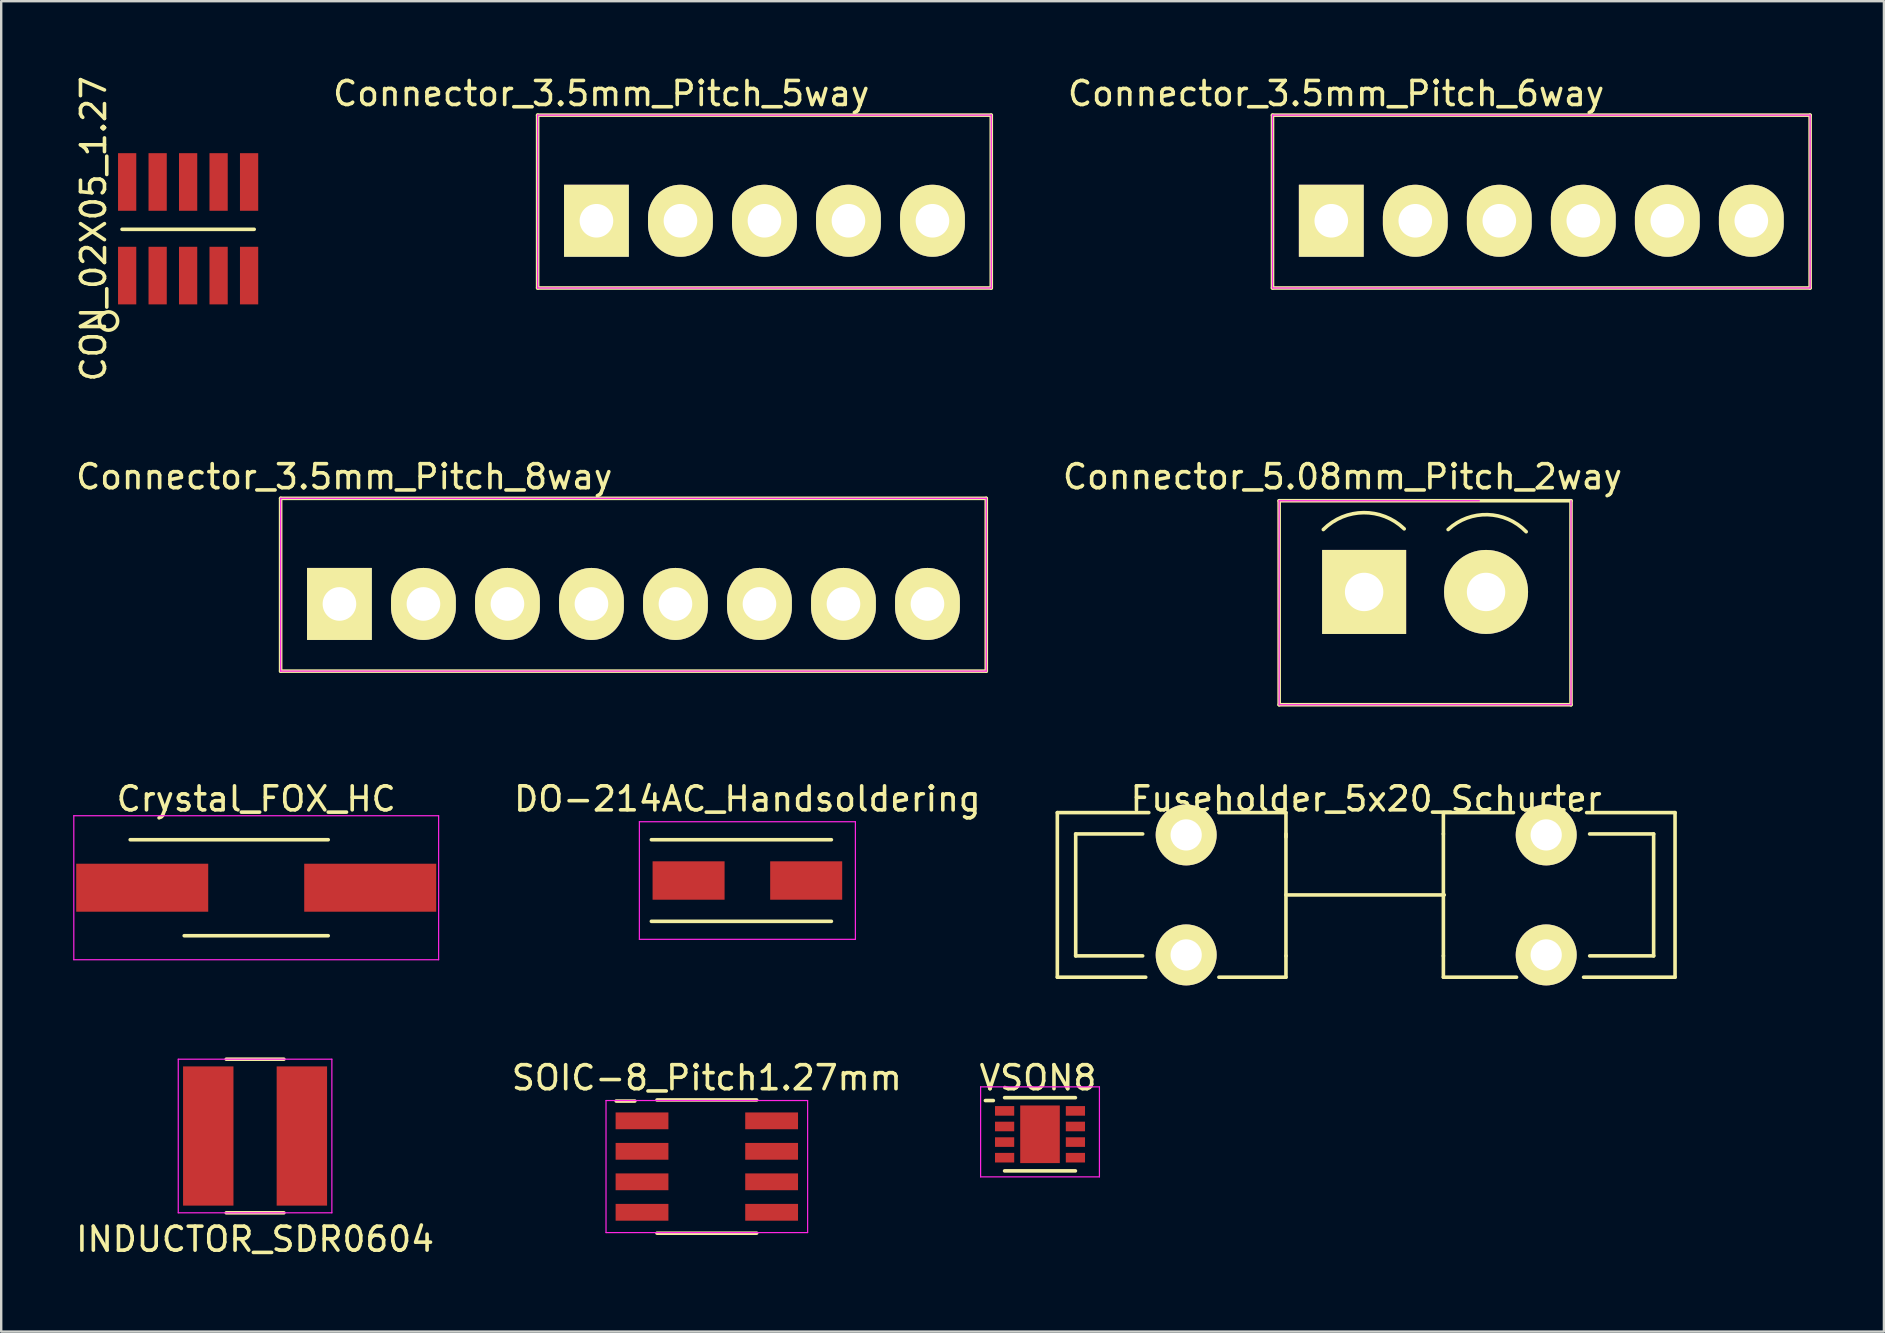
<source format=kicad_pcb>
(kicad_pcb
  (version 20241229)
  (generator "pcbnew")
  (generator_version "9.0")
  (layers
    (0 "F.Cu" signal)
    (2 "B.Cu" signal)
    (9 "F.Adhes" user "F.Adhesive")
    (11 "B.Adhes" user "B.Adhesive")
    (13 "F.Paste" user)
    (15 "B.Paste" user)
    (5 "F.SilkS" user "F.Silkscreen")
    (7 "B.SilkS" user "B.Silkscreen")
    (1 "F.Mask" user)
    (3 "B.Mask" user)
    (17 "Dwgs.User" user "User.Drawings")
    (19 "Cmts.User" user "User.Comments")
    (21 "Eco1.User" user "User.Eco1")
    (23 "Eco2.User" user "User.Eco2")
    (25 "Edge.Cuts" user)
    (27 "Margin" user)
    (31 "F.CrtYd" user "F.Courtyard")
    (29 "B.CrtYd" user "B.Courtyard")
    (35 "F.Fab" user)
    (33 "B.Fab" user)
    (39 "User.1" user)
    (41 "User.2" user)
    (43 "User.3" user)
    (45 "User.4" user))
  (footprint "Crystal_FOX_HC"
    (layer "F.Cu")
    (at 7.625 33.936)
    (property "Reference" "Crystal_FOX_HC" (at 0 -3.7 0) (layer "F.SilkS") (effects (font (size 1 1) (thickness 0.15))))
    (attr smd)
    (fp_line (start -5.25 -2) (end 3 -2) (stroke (width 0.15) (type solid)) (layer "F.SilkS"))
    (fp_line (start 3 2) (end -3 2) (stroke (width 0.15) (type solid)) (layer "F.SilkS"))
    (fp_line (start -7.6 -3) (end -7.6 3) (stroke (width 0.05) (type solid)) (layer "F.CrtYd"))
    (fp_line (start -7.6 3) (end 7.6 3) (stroke (width 0.05) (type solid)) (layer "F.CrtYd"))
    (fp_line (start 7.6 -3) (end -7.6 -3) (stroke (width 0.05) (type solid)) (layer "F.CrtYd"))
    (fp_line (start 7.6 3) (end 7.6 -3) (stroke (width 0.05) (type solid)) (layer "F.CrtYd"))
    (pad "1" smd rect (at -4.75 0) (size 5.5 2) (layers "F.Cu" "F.Mask" "F.Paste"))
    (pad "2" smd rect (at 4.75 0) (size 5.5 2) (layers "F.Cu" "F.Mask" "F.Paste")))
  (footprint "Connector_5.08mm_Pitch_2way"
    (layer "F.Cu")
    (at 53.785 21.613)
    (property "Reference" "Connector_5.08mm_Pitch_2way" (at -0.9 -4.8 0) (layer "F.SilkS") (effects (font (size 1 1) (thickness 0.15))))
    (attr through_hole)
    (fp_line (start -3.54 -3.8) (end -3.54 4.7) (stroke (width 0.15) (type solid)) (layer "F.SilkS"))
    (fp_line (start -3.54 4.7) (end 8.62 4.7) (stroke (width 0.15) (type solid)) (layer "F.SilkS"))
    (fp_line (start 8.62 -3.8) (end -3.54 -3.8) (stroke (width 0.15) (type solid)) (layer "F.SilkS"))
    (fp_line (start 8.62 4.7) (end 8.62 -3.8) (stroke (width 0.15) (type solid)) (layer "F.SilkS"))
    (fp_arc (start -1.7 -2.6) (mid -0.02098 -3.304072) (end 1.670072 -2.62941) (stroke (width 0.15) (type solid)) (layer "F.SilkS"))
    (fp_arc (start 3.5 -2.6) (mid 5.14461 -3.219962) (end 6.752166 -2.509428) (stroke (width 0.15) (type solid)) (layer "F.SilkS"))
    (fp_line (start -3.54 -3.8) (end -3.54 4.7) (stroke (width 0.05) (type solid)) (layer "F.CrtYd"))
    (fp_line (start 4.8 -3.8) (end -3.54 -3.8) (stroke (width 0.05) (type solid)) (layer "F.CrtYd"))
    (fp_line (start 8.62 -3.8) (end 8.62 4.7) (stroke (width 0.05) (type solid)) (layer "F.CrtYd"))
    (fp_line (start 8.62 4.7) (end -3.54 4.7) (stroke (width 0.05) (type solid)) (layer "F.CrtYd"))
    (pad "1" thru_hole rect (at 0 0) (size 3.5 3.5) (drill 1.6) (layers "*.Cu" "*.Mask" "F.SilkS"))
    (pad "2" thru_hole circle (at 5.08 0) (size 3.5 3.5) (drill 1.6) (layers "*.Cu" "*.Mask" "F.SilkS")))
  (footprint "Fuseholder_5x20_Schurter"
    (layer "F.Cu")
    (at 53.871 34.236)
    (property "Reference" "Fuseholder_5x20_Schurter" (at 0 -4 0) (layer "F.SilkS") (effects (font (size 1 1) (thickness 0.15))))
    (attr through_hole)
    (fp_line (start -12.868 -3.429) (end -12.868 3.429) (stroke (width 0.15) (type solid)) (layer "F.SilkS"))
    (fp_line (start -12.868 -3.429) (end -9.058 -3.429) (stroke (width 0.15) (type solid)) (layer "F.SilkS"))
    (fp_line (start -12.868 3.429) (end -9.185 3.429) (stroke (width 0.15) (type solid)) (layer "F.SilkS"))
    (fp_line (start -12.106 -2.54) (end -9.312 -2.54) (stroke (width 0.15) (type solid)) (layer "F.SilkS"))
    (fp_line (start -12.106 2.54) (end -9.312 2.54) (stroke (width 0.15) (type solid)) (layer "F.SilkS"))
    (fp_line (start -12.103 -2.54) (end -12.103 2.54) (stroke (width 0.15) (type solid)) (layer "F.SilkS"))
    (fp_line (start -3.343 -3.429) (end -6.137 -3.429) (stroke (width 0.15) (type solid)) (layer "F.SilkS"))
    (fp_line (start -3.343 -3.429) (end -3.343 -2.413) (stroke (width 0.15) (type solid)) (layer "F.SilkS"))
    (fp_line (start -3.343 0) (end -3.343 -2.54) (stroke (width 0.15) (type solid)) (layer "F.SilkS"))
    (fp_line (start -3.343 2.54) (end -3.343 0) (stroke (width 0.15) (type solid)) (layer "F.SilkS"))
    (fp_line (start -3.343 3.429) (end -6.137 3.429) (stroke (width 0.15) (type solid)) (layer "F.SilkS"))
    (fp_line (start -3.343 3.429) (end -3.343 2.54) (stroke (width 0.15) (type solid)) (layer "F.SilkS"))
    (fp_line (start 3.216 -3.429) (end 3.216 -2.54) (stroke (width 0.15) (type solid)) (layer "F.SilkS"))
    (fp_line (start 3.216 -3.429) (end 6.137 -3.429) (stroke (width 0.15) (type solid)) (layer "F.SilkS"))
    (fp_line (start 3.216 0) (end 3.216 -2.54) (stroke (width 0.15) (type solid)) (layer "F.SilkS"))
    (fp_line (start 3.216 2.54) (end 3.216 0) (stroke (width 0.15) (type solid)) (layer "F.SilkS"))
    (fp_line (start 3.216 3.429) (end 3.216 2.54) (stroke (width 0.15) (type solid)) (layer "F.SilkS"))
    (fp_line (start 3.216 3.429) (end 6.264 3.429) (stroke (width 0.15) (type solid)) (layer "F.SilkS"))
    (fp_line (start 3.251 0) (end -3.251 0) (stroke (width 0.15) (type solid)) (layer "F.SilkS"))
    (fp_line (start 11.976 -2.54) (end 9.309 -2.54) (stroke (width 0.15) (type solid)) (layer "F.SilkS"))
    (fp_line (start 11.976 -2.54) (end 11.976 2.54) (stroke (width 0.15) (type solid)) (layer "F.SilkS"))
    (fp_line (start 11.979 2.54) (end 9.312 2.54) (stroke (width 0.15) (type solid)) (layer "F.SilkS"))
    (fp_line (start 12.868 -3.429) (end 9.185 -3.429) (stroke (width 0.15) (type solid)) (layer "F.SilkS"))
    (fp_line (start 12.868 -3.429) (end 12.868 3.429) (stroke (width 0.15) (type solid)) (layer "F.SilkS"))
    (fp_line (start 12.868 3.429) (end 9.058 3.429) (stroke (width 0.15) (type solid)) (layer "F.SilkS"))
    (pad "1" thru_hole circle (at -7.5 -2.5) (size 2.54 2.54) (drill 1.3) (layers "*.Cu" "*.Mask" "F.SilkS"))
    (pad "1" thru_hole circle (at -7.5 2.5) (size 2.54 2.54) (drill 1.3) (layers "*.Cu" "*.Mask" "F.SilkS"))
    (pad "2" thru_hole circle (at 7.5 -2.5) (size 2.54 2.54) (drill 1.3) (layers "*.Cu" "*.Mask" "F.SilkS"))
    (pad "2" thru_hole circle (at 7.5 2.5) (size 2.54 2.54) (drill 1.3) (layers "*.Cu" "*.Mask" "F.SilkS")))
  (footprint "DO-214AC_Handsoldering"
    (layer "F.Cu")
    (at 28.089 33.636)
    (property "Reference" "DO-214AC_Handsoldering" (at 0 -3.4 0) (layer "F.SilkS") (effects (font (size 1 1) (thickness 0.15))))
    (attr smd)
    (fp_line (start -4 -1.7) (end 3.5 -1.7) (stroke (width 0.15) (type solid)) (layer "F.SilkS"))
    (fp_line (start 3.5 1.7) (end -4 1.7) (stroke (width 0.15) (type solid)) (layer "F.SilkS"))
    (fp_line (start -4.5 -2.45) (end 4.5 -2.45) (stroke (width 0.05) (type solid)) (layer "F.CrtYd"))
    (fp_line (start -4.5 2.45) (end -4.5 -2.45) (stroke (width 0.05) (type solid)) (layer "F.CrtYd"))
    (fp_line (start 4.5 -2.45) (end 4.5 2.45) (stroke (width 0.05) (type solid)) (layer "F.CrtYd"))
    (fp_line (start 4.5 2.45) (end -4.5 2.45) (stroke (width 0.05) (type solid)) (layer "F.CrtYd"))
    (pad "1" smd rect (at -2.45 0) (size 3 1.6) (layers "F.Cu" "F.Mask" "F.Paste"))
    (pad "2" smd rect (at 2.45 0) (size 3 1.6) (layers "F.Cu" "F.Mask" "F.Paste")))
  (footprint "INDUCTOR_SDR0604"
    (layer "F.Cu")
    (at 7.577 44.281)
    (property "Reference" "INDUCTOR_SDR0604" (at 0 4.3 0) (layer "F.SilkS") (effects (font (size 1 1) (thickness 0.15))))
    (attr smd)
    (fp_line (start -1.2 -3.2) (end 1.2 -3.2) (stroke (width 0.15) (type solid)) (layer "F.SilkS"))
    (fp_line (start 1.2 3.2) (end -1.2 3.2) (stroke (width 0.15) (type solid)) (layer "F.SilkS"))
    (fp_line (start -3.2 -3.2) (end 3.2 -3.2) (stroke (width 0.05) (type solid)) (layer "F.CrtYd"))
    (fp_line (start -3.2 3.2) (end -3.2 -3.2) (stroke (width 0.05) (type solid)) (layer "F.CrtYd"))
    (fp_line (start 3.2 -3.2) (end 3.2 3.2) (stroke (width 0.05) (type solid)) (layer "F.CrtYd"))
    (fp_line (start 3.2 3.2) (end -3.2 3.2) (stroke (width 0.05) (type solid)) (layer "F.CrtYd"))
    (pad "1" smd rect (at -1.95 0) (size 2.1 5.8) (layers "F.Cu" "F.Mask" "F.Paste"))
    (pad "2" smd rect (at 1.95 0) (size 2.1 5.8) (layers "F.Cu" "F.Mask" "F.Paste")))
  (footprint "SOIC-8_Pitch1.27mm"
    (layer "F.Cu")
    (at 26.399 45.554)
    (property "Reference" "SOIC-8_Pitch1.27mm" (at 0 -3.7 0) (layer "F.SilkS") (effects (font (size 1 1) (thickness 0.15))))
    (attr smd)
    (fp_line (start -3 -2.73) (end -3.775 -2.73) (stroke (width 0.15) (type solid)) (layer "F.SilkS"))
    (fp_line (start -2.075 -2.775) (end 2.075 -2.775) (stroke (width 0.15) (type solid)) (layer "F.SilkS"))
    (fp_line (start -2.075 2.775) (end 2.075 2.775) (stroke (width 0.15) (type solid)) (layer "F.SilkS"))
    (fp_line (start -4.2 -2.75) (end -4.2 2.75) (stroke (width 0.05) (type solid)) (layer "F.CrtYd"))
    (fp_line (start -4.2 -2.75) (end 4.2 -2.75) (stroke (width 0.05) (type solid)) (layer "F.CrtYd"))
    (fp_line (start -4.2 2.75) (end 4.2 2.75) (stroke (width 0.05) (type solid)) (layer "F.CrtYd"))
    (fp_line (start 4.2 -2.75) (end 4.2 2.75) (stroke (width 0.05) (type solid)) (layer "F.CrtYd"))
    (pad "1" smd rect (at -2.7 -1.905) (size 2.2 0.7) (layers "F.Cu" "F.Mask" "F.Paste"))
    (pad "2" smd rect (at -2.7 -0.635) (size 2.2 0.7) (layers "F.Cu" "F.Mask" "F.Paste"))
    (pad "3" smd rect (at -2.7 0.635) (size 2.2 0.7) (layers "F.Cu" "F.Mask" "F.Paste"))
    (pad "4" smd rect (at -2.7 1.905) (size 2.2 0.7) (layers "F.Cu" "F.Mask" "F.Paste"))
    (pad "5" smd rect (at 2.7 1.905) (size 2.2 0.7) (layers "F.Cu" "F.Mask" "F.Paste"))
    (pad "6" smd rect (at 2.7 0.635) (size 2.2 0.7) (layers "F.Cu" "F.Mask" "F.Paste"))
    (pad "7" smd rect (at 2.7 -0.635) (size 2.2 0.7) (layers "F.Cu" "F.Mask" "F.Paste"))
    (pad "8" smd rect (at 2.7 -1.905) (size 2.2 0.7) (layers "F.Cu" "F.Mask" "F.Paste")))
  (footprint "Connector_3.5mm_Pitch_5way"
    (layer "F.Cu")
    (at 21.8 6.148)
    (property "Reference" "Connector_3.5mm_Pitch_5way" (at 0.2 -5.3 0) (layer "F.SilkS") (effects (font (size 1 1) (thickness 0.15))))
    (attr through_hole)
    (fp_line (start -2.45 -4.4) (end -2.45 2.8) (stroke (width 0.15) (type solid)) (layer "F.SilkS"))
    (fp_line (start -2.45 2.8) (end 16.45 2.8) (stroke (width 0.15) (type solid)) (layer "F.SilkS"))
    (fp_line (start 16.45 -4.4) (end -2.45 -4.4) (stroke (width 0.15) (type solid)) (layer "F.SilkS"))
    (fp_line (start 16.45 -4.4) (end 16.45 2.8) (stroke (width 0.15) (type solid)) (layer "F.SilkS"))
    (fp_line (start -2.45 -4.4) (end 16.45 -4.4) (stroke (width 0.05) (type solid)) (layer "F.CrtYd"))
    (fp_line (start -2.45 2.8) (end -2.45 -4.4) (stroke (width 0.05) (type solid)) (layer "F.CrtYd"))
    (fp_line (start 16.45 -4.4) (end 16.45 2.8) (stroke (width 0.05) (type solid)) (layer "F.CrtYd"))
    (fp_line (start 16.45 2.8) (end -2.45 2.8) (stroke (width 0.05) (type solid)) (layer "F.CrtYd"))
    (pad "1" thru_hole rect (at 0 0) (size 2.7 3) (drill 1.4) (layers "*.Cu" "*.Mask" "F.SilkS"))
    (pad "2" thru_hole oval (at 3.5 0) (size 2.7 3) (drill 1.4) (layers "*.Cu" "*.Mask" "F.SilkS"))
    (pad "3" thru_hole oval (at 7 0) (size 2.7 3) (drill 1.4) (layers "*.Cu" "*.Mask" "F.SilkS"))
    (pad "4" thru_hole oval (at 10.5 0) (size 2.7 3) (drill 1.4) (layers "*.Cu" "*.Mask" "F.SilkS"))
    (pad "5" thru_hole oval (at 14 0) (size 2.7 3) (drill 1.4) (layers "*.Cu" "*.Mask" "F.SilkS")))
  (footprint "Connector_3.5mm_Pitch_8way"
    (layer "F.Cu")
    (at 11.092 22.113)
    (property "Reference" "Connector_3.5mm_Pitch_8way" (at 0.2 -5.3 0) (layer "F.SilkS") (effects (font (size 1 1) (thickness 0.15))))
    (attr through_hole)
    (fp_line (start -2.45 -4.4) (end -2.45 2.8) (stroke (width 0.15) (type solid)) (layer "F.SilkS"))
    (fp_line (start -2.45 2.8) (end 26.95 2.8) (stroke (width 0.15) (type solid)) (layer "F.SilkS"))
    (fp_line (start 26.95 -4.4) (end -2.45 -4.4) (stroke (width 0.15) (type solid)) (layer "F.SilkS"))
    (fp_line (start 26.95 -4.4) (end 26.95 2.8) (stroke (width 0.15) (type solid)) (layer "F.SilkS"))
    (fp_line (start -2.45 -4.4) (end 26.95 -4.4) (stroke (width 0.05) (type solid)) (layer "F.CrtYd"))
    (fp_line (start -2.45 2.8) (end -2.45 -4.4) (stroke (width 0.05) (type solid)) (layer "F.CrtYd"))
    (fp_line (start 26.95 -4.4) (end 26.95 2.8) (stroke (width 0.05) (type solid)) (layer "F.CrtYd"))
    (fp_line (start 26.95 2.8) (end -2.45 2.8) (stroke (width 0.05) (type solid)) (layer "F.CrtYd"))
    (pad "1" thru_hole rect (at 0 0) (size 2.7 3) (drill 1.4) (layers "*.Cu" "*.Mask" "F.SilkS"))
    (pad "2" thru_hole oval (at 3.5 0) (size 2.7 3) (drill 1.4) (layers "*.Cu" "*.Mask" "F.SilkS"))
    (pad "3" thru_hole oval (at 7 0) (size 2.7 3) (drill 1.4) (layers "*.Cu" "*.Mask" "F.SilkS"))
    (pad "4" thru_hole oval (at 10.5 0) (size 2.7 3) (drill 1.4) (layers "*.Cu" "*.Mask" "F.SilkS"))
    (pad "5" thru_hole oval (at 14 0) (size 2.7 3) (drill 1.4) (layers "*.Cu" "*.Mask" "F.SilkS"))
    (pad "6" thru_hole oval (at 17.5 0) (size 2.7 3) (drill 1.4) (layers "*.Cu" "*.Mask" "F.SilkS"))
    (pad "7" thru_hole oval (at 21 0) (size 2.7 3) (drill 1.4) (layers "*.Cu" "*.Mask" "F.SilkS"))
    (pad "8" thru_hole oval (at 24.5 0) (size 2.7 3) (drill 1.4) (layers "*.Cu" "*.Mask" "F.SilkS")))
  (footprint "CON_02X05_1.27"
    (layer "F.Cu")
    (at 2.248 6.482)
    (property "Reference" "CON_02X05_1.27" (at -1.4 0 90) (layer "F.SilkS") (effects (font (size 1 1) (thickness 0.15))))
    (attr smd)
    (fp_line (start -0.213 0.022) (end 5.293 0.022) (stroke (width 0.15) (type solid)) (layer "F.SilkS"))
    (fp_circle (center -0.778 3.843) (end -1.159 3.843) (stroke (width 0.15) (type solid)) (fill no) (layer "F.SilkS"))
    (pad "1" smd rect (at 0 1.95) (size 0.76 2.4) (layers "F.Cu" "F.Mask" "F.Paste"))
    (pad "2" smd rect (at 0 -1.95) (size 0.76 2.4) (layers "F.Cu" "F.Mask" "F.Paste"))
    (pad "3" smd rect (at 1.27 1.95) (size 0.76 2.4) (layers "F.Cu" "F.Mask" "F.Paste"))
    (pad "4" smd rect (at 1.27 -1.95) (size 0.76 2.4) (layers "F.Cu" "F.Mask" "F.Paste"))
    (pad "5" smd rect (at 2.54 1.95) (size 0.76 2.4) (layers "F.Cu" "F.Mask" "F.Paste"))
    (pad "6" smd rect (at 2.54 -1.95) (size 0.76 2.4) (layers "F.Cu" "F.Mask" "F.Paste"))
    (pad "7" smd rect (at 3.81 1.95) (size 0.76 2.4) (layers "F.Cu" "F.Mask" "F.Paste"))
    (pad "8" smd rect (at 3.81 -1.95) (size 0.76 2.4) (layers "F.Cu" "F.Mask" "F.Paste"))
    (pad "9" smd rect (at 5.08 1.95) (size 0.76 2.4) (layers "F.Cu" "F.Mask" "F.Paste"))
    (pad "10" smd rect (at 5.08 -1.95) (size 0.76 2.4) (layers "F.Cu" "F.Mask" "F.Paste")))
  (footprint "Connector_3.5mm_Pitch_6way"
    (layer "F.Cu")
    (at 52.417 6.148)
    (property "Reference" "Connector_3.5mm_Pitch_6way" (at 0.2 -5.3 0) (layer "F.SilkS") (effects (font (size 1 1) (thickness 0.15))))
    (attr through_hole)
    (fp_line (start -2.45 -4.4) (end -2.45 2.8) (stroke (width 0.15) (type solid)) (layer "F.SilkS"))
    (fp_line (start -2.45 2.8) (end 19.95 2.8) (stroke (width 0.15) (type solid)) (layer "F.SilkS"))
    (fp_line (start 19.95 -4.4) (end -2.45 -4.4) (stroke (width 0.15) (type solid)) (layer "F.SilkS"))
    (fp_line (start 19.95 -4.4) (end 19.95 2.8) (stroke (width 0.15) (type solid)) (layer "F.SilkS"))
    (fp_line (start -2.45 -4.4) (end 19.95 -4.4) (stroke (width 0.05) (type solid)) (layer "F.CrtYd"))
    (fp_line (start -2.45 2.8) (end -2.45 -4.4) (stroke (width 0.05) (type solid)) (layer "F.CrtYd"))
    (fp_line (start 19.95 -4.4) (end 19.95 2.8) (stroke (width 0.05) (type solid)) (layer "F.CrtYd"))
    (fp_line (start 19.95 2.8) (end -2.45 2.8) (stroke (width 0.05) (type solid)) (layer "F.CrtYd"))
    (pad "1" thru_hole rect (at 0 0) (size 2.7 3) (drill 1.4) (layers "*.Cu" "*.Mask" "F.SilkS"))
    (pad "2" thru_hole oval (at 3.5 0) (size 2.7 3) (drill 1.4) (layers "*.Cu" "*.Mask" "F.SilkS"))
    (pad "3" thru_hole oval (at 7 0) (size 2.7 3) (drill 1.4) (layers "*.Cu" "*.Mask" "F.SilkS"))
    (pad "4" thru_hole oval (at 10.5 0) (size 2.7 3) (drill 1.4) (layers "*.Cu" "*.Mask" "F.SilkS"))
    (pad "5" thru_hole oval (at 14 0) (size 2.7 3) (drill 1.4) (layers "*.Cu" "*.Mask" "F.SilkS"))
    (pad "6" thru_hole oval (at 17.5 0) (size 2.7 3) (drill 1.4) (layers "*.Cu" "*.Mask" "F.SilkS")))
  (footprint "VSON8"
    (layer "F.Cu")
    (at 38.806 43.234)
    (property "Reference" "VSON8" (at 1.39 -1.38 0) (layer "F.SilkS") (effects (font (size 1 1) (thickness 0.15))))
    (attr smd)
    (fp_line (start -0.47 -0.43) (end -0.8 -0.43) (stroke (width 0.15) (type solid)) (layer "F.SilkS"))
    (fp_line (start 0 -0.55) (end 2.95 -0.55) (stroke (width 0.15) (type solid)) (layer "F.SilkS"))
    (fp_line (start 0 2.5) (end 2.95 2.5) (stroke (width 0.15) (type solid)) (layer "F.SilkS"))
    (fp_line (start -1 -1) (end -1 2.75) (stroke (width 0.05) (type solid)) (layer "F.CrtYd"))
    (fp_line (start -1 -1) (end 3.95 -1) (stroke (width 0.05) (type solid)) (layer "F.CrtYd"))
    (fp_line (start -1 2.75) (end 3.95 2.75) (stroke (width 0.05) (type solid)) (layer "F.CrtYd"))
    (fp_line (start 3.95 2.75) (end 3.95 -1) (stroke (width 0.05) (type solid)) (layer "F.CrtYd"))
    (pad "1" smd rect (at 0 0) (size 0.8 0.4) (layers "F.Cu" "F.Mask" "F.Paste"))
    (pad "2" smd rect (at 0 0.65) (size 0.8 0.4) (layers "F.Cu" "F.Mask" "F.Paste"))
    (pad "3" smd rect (at 0 1.3) (size 0.8 0.4) (layers "F.Cu" "F.Mask" "F.Paste"))
    (pad "4" smd rect (at 0 1.95) (size 0.8 0.4) (layers "F.Cu" "F.Mask" "F.Paste"))
    (pad "5" smd rect (at 2.95 1.95) (size 0.8 0.4) (layers "F.Cu" "F.Mask" "F.Paste"))
    (pad "6" smd rect (at 2.95 1.3) (size 0.8 0.4) (layers "F.Cu" "F.Mask" "F.Paste"))
    (pad "7" smd rect (at 2.95 0.65) (size 0.8 0.4) (layers "F.Cu" "F.Mask" "F.Paste"))
    (pad "8" smd rect (at 2.95 0) (size 0.8 0.4) (layers "F.Cu" "F.Mask" "F.Paste"))
    (pad "9" smd rect (at 1.475 0.975) (size 1.65 2.4) (layers "F.Cu" "F.Mask" "F.Paste")))
  (gr_rect
    (start -3 -3)
    (end 75.442 52.429)
    (stroke (width 0.1) (type default))
    (fill no)
    (layer "Edge.Cuts")))
</source>
